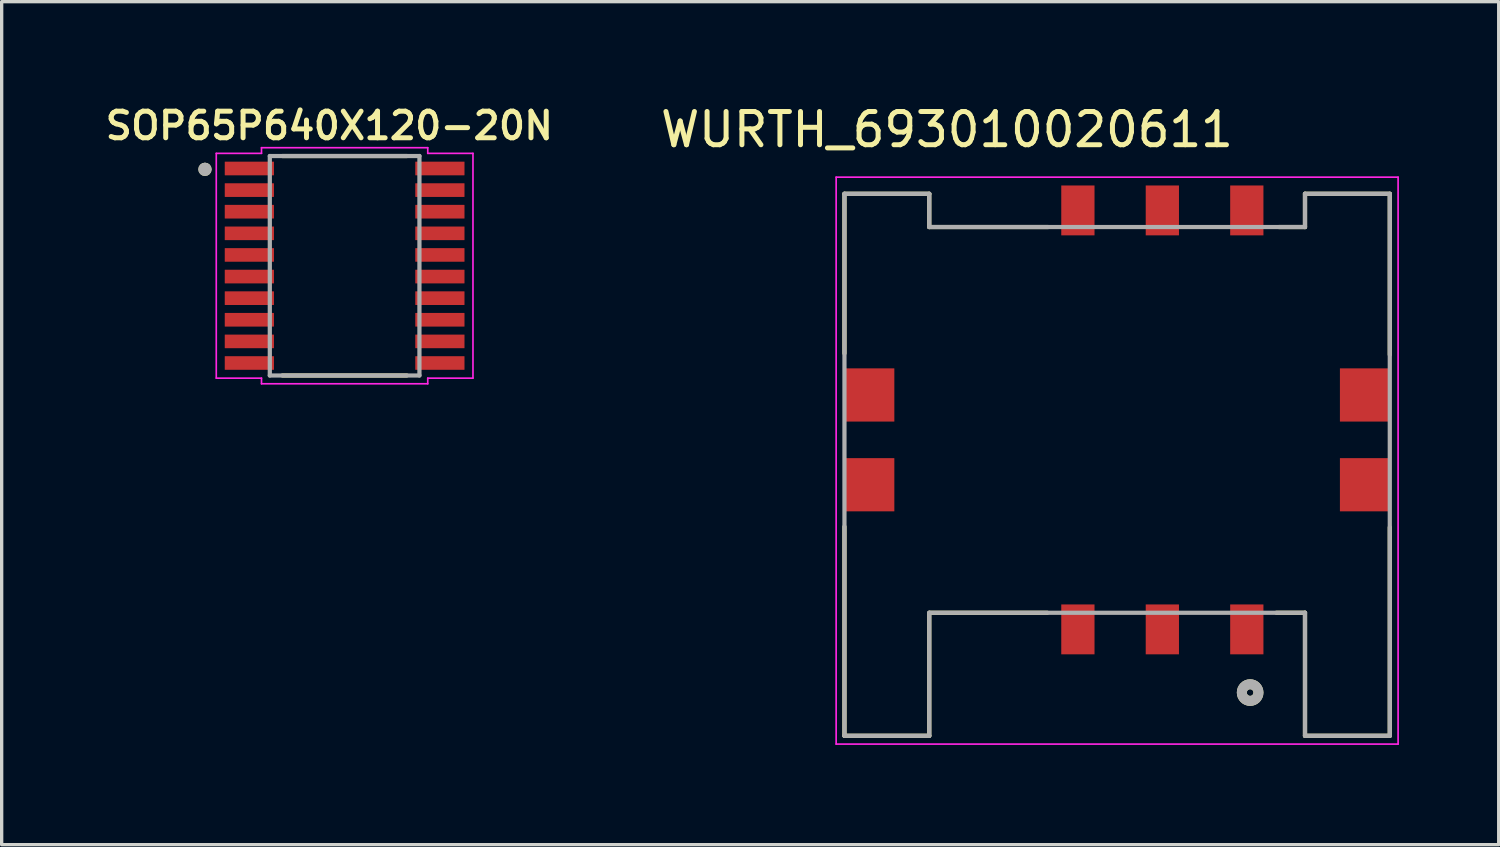
<source format=kicad_pcb>
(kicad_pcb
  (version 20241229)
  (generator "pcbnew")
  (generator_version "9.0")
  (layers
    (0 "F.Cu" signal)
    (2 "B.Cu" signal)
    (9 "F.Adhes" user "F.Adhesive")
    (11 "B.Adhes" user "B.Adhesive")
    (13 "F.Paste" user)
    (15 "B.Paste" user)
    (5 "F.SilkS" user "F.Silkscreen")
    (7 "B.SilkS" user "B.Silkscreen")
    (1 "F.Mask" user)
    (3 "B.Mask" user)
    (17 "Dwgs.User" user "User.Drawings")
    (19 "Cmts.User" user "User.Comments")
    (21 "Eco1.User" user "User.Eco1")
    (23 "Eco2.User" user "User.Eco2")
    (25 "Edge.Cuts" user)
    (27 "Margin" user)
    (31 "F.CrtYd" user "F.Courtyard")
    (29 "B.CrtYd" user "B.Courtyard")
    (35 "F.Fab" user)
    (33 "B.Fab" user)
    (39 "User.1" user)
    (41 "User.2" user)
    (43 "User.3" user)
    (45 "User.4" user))
  (footprint "WURTH_693010020611"
    (layer "F.Cu")
    (at 30.546 9.578)
    (property "Reference" "WURTH_693010020611" (at -5.117 -8.73 0) (layer "F.SilkS") (effects (font (size 1 1) (thickness 0.15))))
    (attr smd)
    (fp_line (start -8.2 -6.8) (end -5.65 -6.8) (stroke (width 0.127) (type solid)) (layer "F.SilkS"))
    (fp_line (start -8.2 -2) (end -8.2 -6.8) (stroke (width 0.127) (type solid)) (layer "F.SilkS"))
    (fp_line (start -8.2 3.21) (end -8.2 9.5) (stroke (width 0.127) (type solid)) (layer "F.SilkS"))
    (fp_line (start -8.2 9.5) (end -5.65 9.5) (stroke (width 0.127) (type solid)) (layer "F.SilkS"))
    (fp_line (start -5.65 -6.8) (end -5.65 -5.8) (stroke (width 0.127) (type solid)) (layer "F.SilkS"))
    (fp_line (start -5.65 5.8) (end -5.65 9.5) (stroke (width 0.127) (type solid)) (layer "F.SilkS"))
    (fp_line (start -2.1 5.8) (end -5.63 5.8) (stroke (width 0.127) (type solid)) (layer "F.SilkS"))
    (fp_line (start -2.08 -5.8) (end -5.65 -5.8) (stroke (width 0.127) (type solid)) (layer "F.SilkS"))
    (fp_line (start 4.79 5.8) (end 5.65 5.8) (stroke (width 0.127) (type solid)) (layer "F.SilkS"))
    (fp_line (start 4.87 -5.8) (end 5.65 -5.8) (stroke (width 0.127) (type solid)) (layer "F.SilkS"))
    (fp_line (start 5.65 -5.8) (end 5.65 -6.8) (stroke (width 0.127) (type solid)) (layer "F.SilkS"))
    (fp_line (start 5.65 9.5) (end 5.65 5.8) (stroke (width 0.127) (type solid)) (layer "F.SilkS"))
    (fp_line (start 8.2 -6.8) (end 5.65 -6.8) (stroke (width 0.127) (type solid)) (layer "F.SilkS"))
    (fp_line (start 8.2 -1.96) (end 8.2 -6.8) (stroke (width 0.127) (type solid)) (layer "F.SilkS"))
    (fp_line (start 8.2 3.23) (end 8.2 9.5) (stroke (width 0.127) (type solid)) (layer "F.SilkS"))
    (fp_line (start 8.2 9.5) (end 5.65 9.5) (stroke (width 0.127) (type solid)) (layer "F.SilkS"))
    (fp_circle (center 4 8.2) (end 4.1 8.2) (stroke (width 0.3) (type solid)) (fill no) (layer "F.SilkS"))
    (fp_line (start -8.45 -7.3) (end 8.45 -7.3) (stroke (width 0.05) (type solid)) (layer "F.CrtYd"))
    (fp_line (start -8.45 9.75) (end -8.45 -7.3) (stroke (width 0.05) (type solid)) (layer "F.CrtYd"))
    (fp_line (start 8.45 -7.3) (end 8.45 9.75) (stroke (width 0.05) (type solid)) (layer "F.CrtYd"))
    (fp_line (start 8.45 9.75) (end -8.45 9.75) (stroke (width 0.05) (type solid)) (layer "F.CrtYd"))
    (fp_line (start -8.2 -6.8) (end -8.2 9.5) (stroke (width 0.127) (type solid)) (layer "F.Fab"))
    (fp_line (start -8.2 -6.8) (end -5.65 -6.8) (stroke (width 0.127) (type solid)) (layer "F.Fab"))
    (fp_line (start -8.2 9.5) (end -5.65 9.5) (stroke (width 0.127) (type solid)) (layer "F.Fab"))
    (fp_line (start -5.65 -6.8) (end -5.65 -5.8) (stroke (width 0.127) (type solid)) (layer "F.Fab"))
    (fp_line (start -5.65 -5.8) (end 5.65 -5.8) (stroke (width 0.127) (type solid)) (layer "F.Fab"))
    (fp_line (start -5.65 9.5) (end -5.65 5.8) (stroke (width 0.127) (type solid)) (layer "F.Fab"))
    (fp_line (start 5.65 -6.8) (end 5.65 -5.8) (stroke (width 0.127) (type solid)) (layer "F.Fab"))
    (fp_line (start 5.65 5.8) (end -5.65 5.8) (stroke (width 0.127) (type solid)) (layer "F.Fab"))
    (fp_line (start 5.65 9.5) (end 5.65 5.8) (stroke (width 0.127) (type solid)) (layer "F.Fab"))
    (fp_line (start 8.2 -6.8) (end 5.65 -6.8) (stroke (width 0.127) (type solid)) (layer "F.Fab"))
    (fp_line (start 8.2 9.5) (end 5.65 9.5) (stroke (width 0.127) (type solid)) (layer "F.Fab"))
    (fp_line (start 8.2 9.5) (end 8.2 -6.8) (stroke (width 0.127) (type solid)) (layer "F.Fab"))
    (fp_circle (center 4 8.2) (end 4.1 8.2) (stroke (width 0.3) (type solid)) (fill no) (layer "F.Fab"))
    (pad "1" smd rect (at 3.9 6.3) (size 1 1.5) (layers "F.Cu" "F.Mask" "F.Paste"))
    (pad "2" smd rect (at 1.36 6.3) (size 1 1.5) (layers "F.Cu" "F.Mask" "F.Paste"))
    (pad "3" smd rect (at -1.18 6.3) (size 1 1.5) (layers "F.Cu" "F.Mask" "F.Paste"))
    (pad "4" smd rect (at 3.9 -6.3) (size 1 1.5) (layers "F.Cu" "F.Mask" "F.Paste"))
    (pad "5" smd rect (at 1.36 -6.3) (size 1 1.5) (layers "F.Cu" "F.Mask" "F.Paste"))
    (pad "6" smd rect (at -1.18 -6.3) (size 1 1.5) (layers "F.Cu" "F.Mask" "F.Paste"))
    (pad "S1" smd rect (at -7.45 -0.75) (size 1.5 1.6) (layers "F.Cu" "F.Mask" "F.Paste"))
    (pad "S2" smd rect (at -7.45 1.95) (size 1.5 1.6) (layers "F.Cu" "F.Mask" "F.Paste"))
    (pad "S3" smd rect (at 7.45 -0.75) (size 1.5 1.6) (layers "F.Cu" "F.Mask" "F.Paste"))
    (pad "S4" smd rect (at 7.45 1.95) (size 1.5 1.6) (layers "F.Cu" "F.Mask" "F.Paste"))
    (zone (net_name "") (layer "F.Cu") (hatch full 0.508) (connect_pads) (min_thickness 0.127) (filled_areas_thickness no) (keepout (tracks not_allowed) (vias not_allowed) (pads not_allowed) (copperpour not_allowed) (footprints allowed)) (placement (enabled no)) (fill) (polygon (pts (xy 28.866 4.578) (xy 29.866 4.578) (xy 29.866 5.778) (xy 28.866 5.778))))
    (zone (net_name "") (layer "F.Cu") (hatch full 0.508) (connect_pads) (min_thickness 0.127) (filled_areas_thickness no) (keepout (tracks not_allowed) (vias not_allowed) (pads not_allowed) (copperpour not_allowed) (footprints allowed)) (placement (enabled no)) (fill) (polygon (pts (xy 28.866 13.378) (xy 29.866 13.378) (xy 29.866 14.578) (xy 28.866 14.578))))
    (zone (net_name "") (layer "F.Cu") (hatch full 0.508) (connect_pads) (min_thickness 0.127) (filled_areas_thickness no) (keepout (tracks not_allowed) (vias not_allowed) (pads not_allowed) (copperpour not_allowed) (footprints allowed)) (placement (enabled no)) (fill) (polygon (pts (xy 31.406 4.578) (xy 32.406 4.578) (xy 32.406 5.778) (xy 31.406 5.778))))
    (zone (net_name "") (layer "F.Cu") (hatch full 0.508) (connect_pads) (min_thickness 0.127) (filled_areas_thickness no) (keepout (tracks not_allowed) (vias not_allowed) (pads not_allowed) (copperpour not_allowed) (footprints allowed)) (placement (enabled no)) (fill) (polygon (pts (xy 31.406 13.378) (xy 32.406 13.378) (xy 32.406 14.578) (xy 31.406 14.578))))
    (zone (net_name "") (layer "F.Cu") (hatch full 0.508) (connect_pads) (min_thickness 0.127) (filled_areas_thickness no) (keepout (tracks not_allowed) (vias not_allowed) (pads not_allowed) (copperpour not_allowed) (footprints allowed)) (placement (enabled no)) (fill) (polygon (pts (xy 33.946 4.578) (xy 34.946 4.578) (xy 34.946 5.778) (xy 33.946 5.778))))
    (zone (net_name "") (layer "F.Cu") (hatch full 0.508) (connect_pads) (min_thickness 0.127) (filled_areas_thickness no) (keepout (tracks not_allowed) (vias not_allowed) (pads not_allowed) (copperpour not_allowed) (footprints allowed)) (placement (enabled no)) (fill) (polygon (pts (xy 33.946 13.378) (xy 34.946 13.378) (xy 34.946 14.578) (xy 33.946 14.578)))))
  (footprint "SOP65P640X120-20N"
    (layer "F.Cu")
    (at 7.314 4.942)
    (property "Reference" "SOP65P640X120-20N" (at -0.46 -4.211 0) (layer "F.SilkS") (effects (font (size 0.801 0.801) (thickness 0.15))))
    (attr smd)
    (fp_line (start -1.869 -3.3) (end 1.869 -3.3) (stroke (width 0.127) (type solid)) (layer "F.SilkS"))
    (fp_line (start -1.869 3.3) (end 1.869 3.3) (stroke (width 0.127) (type solid)) (layer "F.SilkS"))
    (fp_circle (center -4.2 -2.9) (end -4.1 -2.9) (stroke (width 0.2) (type solid)) (fill no) (layer "F.SilkS"))
    (fp_line (start -3.86 -3.38) (end -2.5 -3.38) (stroke (width 0.05) (type solid)) (layer "F.CrtYd"))
    (fp_line (start -3.86 3.38) (end -3.86 -3.38) (stroke (width 0.05) (type solid)) (layer "F.CrtYd"))
    (fp_line (start -2.5 -3.55) (end 2.5 -3.55) (stroke (width 0.05) (type solid)) (layer "F.CrtYd"))
    (fp_line (start -2.5 -3.38) (end -2.5 -3.55) (stroke (width 0.05) (type solid)) (layer "F.CrtYd"))
    (fp_line (start -2.5 3.38) (end -3.86 3.38) (stroke (width 0.05) (type solid)) (layer "F.CrtYd"))
    (fp_line (start -2.5 3.55) (end -2.5 3.38) (stroke (width 0.05) (type solid)) (layer "F.CrtYd"))
    (fp_line (start 2.5 -3.55) (end 2.5 -3.38) (stroke (width 0.05) (type solid)) (layer "F.CrtYd"))
    (fp_line (start 2.5 -3.38) (end 3.86 -3.38) (stroke (width 0.05) (type solid)) (layer "F.CrtYd"))
    (fp_line (start 2.5 3.38) (end 2.5 3.55) (stroke (width 0.05) (type solid)) (layer "F.CrtYd"))
    (fp_line (start 2.5 3.55) (end -2.5 3.55) (stroke (width 0.05) (type solid)) (layer "F.CrtYd"))
    (fp_line (start 3.86 -3.38) (end 3.86 3.38) (stroke (width 0.05) (type solid)) (layer "F.CrtYd"))
    (fp_line (start 3.86 3.38) (end 2.5 3.38) (stroke (width 0.05) (type solid)) (layer "F.CrtYd"))
    (fp_line (start -2.25 -3.3) (end 2.25 -3.3) (stroke (width 0.127) (type solid)) (layer "F.Fab"))
    (fp_line (start -2.25 3.3) (end -2.25 -3.3) (stroke (width 0.127) (type solid)) (layer "F.Fab"))
    (fp_line (start 2.25 -3.3) (end 2.25 3.3) (stroke (width 0.127) (type solid)) (layer "F.Fab"))
    (fp_line (start 2.25 3.3) (end -2.25 3.3) (stroke (width 0.127) (type solid)) (layer "F.Fab"))
    (fp_circle (center -4.2 -2.9) (end -4.1 -2.9) (stroke (width 0.2) (type solid)) (fill no) (layer "F.Fab"))
    (pad "1" smd roundrect (at -2.865 -2.925) (size 1.48 0.41) (layers "F.Cu" "F.Mask" "F.Paste") (roundrect_rratio 0.02))
    (pad "2" smd roundrect (at -2.865 -2.275) (size 1.48 0.41) (layers "F.Cu" "F.Mask" "F.Paste") (roundrect_rratio 0.02))
    (pad "3" smd roundrect (at -2.865 -1.625) (size 1.48 0.41) (layers "F.Cu" "F.Mask" "F.Paste") (roundrect_rratio 0.02))
    (pad "4" smd roundrect (at -2.865 -0.975) (size 1.48 0.41) (layers "F.Cu" "F.Mask" "F.Paste") (roundrect_rratio 0.02))
    (pad "5" smd roundrect (at -2.865 -0.325) (size 1.48 0.41) (layers "F.Cu" "F.Mask" "F.Paste") (roundrect_rratio 0.02))
    (pad "6" smd roundrect (at -2.865 0.325) (size 1.48 0.41) (layers "F.Cu" "F.Mask" "F.Paste") (roundrect_rratio 0.02))
    (pad "7" smd roundrect (at -2.865 0.975) (size 1.48 0.41) (layers "F.Cu" "F.Mask" "F.Paste") (roundrect_rratio 0.02))
    (pad "8" smd roundrect (at -2.865 1.625) (size 1.48 0.41) (layers "F.Cu" "F.Mask" "F.Paste") (roundrect_rratio 0.02))
    (pad "9" smd roundrect (at -2.865 2.275) (size 1.48 0.41) (layers "F.Cu" "F.Mask" "F.Paste") (roundrect_rratio 0.02))
    (pad "10" smd roundrect (at -2.865 2.925) (size 1.48 0.41) (layers "F.Cu" "F.Mask" "F.Paste") (roundrect_rratio 0.02))
    (pad "11" smd roundrect (at 2.865 2.925 180) (size 1.48 0.41) (layers "F.Cu" "F.Mask" "F.Paste") (roundrect_rratio 0.02))
    (pad "12" smd roundrect (at 2.865 2.275 180) (size 1.48 0.41) (layers "F.Cu" "F.Mask" "F.Paste") (roundrect_rratio 0.02))
    (pad "13" smd roundrect (at 2.865 1.625 180) (size 1.48 0.41) (layers "F.Cu" "F.Mask" "F.Paste") (roundrect_rratio 0.02))
    (pad "14" smd roundrect (at 2.865 0.975 180) (size 1.48 0.41) (layers "F.Cu" "F.Mask" "F.Paste") (roundrect_rratio 0.02))
    (pad "15" smd roundrect (at 2.865 0.325 180) (size 1.48 0.41) (layers "F.Cu" "F.Mask" "F.Paste") (roundrect_rratio 0.02))
    (pad "16" smd roundrect (at 2.865 -0.325 180) (size 1.48 0.41) (layers "F.Cu" "F.Mask" "F.Paste") (roundrect_rratio 0.02))
    (pad "17" smd roundrect (at 2.865 -0.975 180) (size 1.48 0.41) (layers "F.Cu" "F.Mask" "F.Paste") (roundrect_rratio 0.02))
    (pad "18" smd roundrect (at 2.865 -1.625 180) (size 1.48 0.41) (layers "F.Cu" "F.Mask" "F.Paste") (roundrect_rratio 0.02))
    (pad "19" smd roundrect (at 2.865 -2.275 180) (size 1.48 0.41) (layers "F.Cu" "F.Mask" "F.Paste") (roundrect_rratio 0.02))
    (pad "20" smd roundrect (at 2.865 -2.925 180) (size 1.48 0.41) (layers "F.Cu" "F.Mask" "F.Paste") (roundrect_rratio 0.02)))
  (gr_rect
    (start -3 -3)
    (end 42.021 22.353)
    (stroke (width 0.1) (type default))
    (fill no)
    (layer "Edge.Cuts")))
</source>
